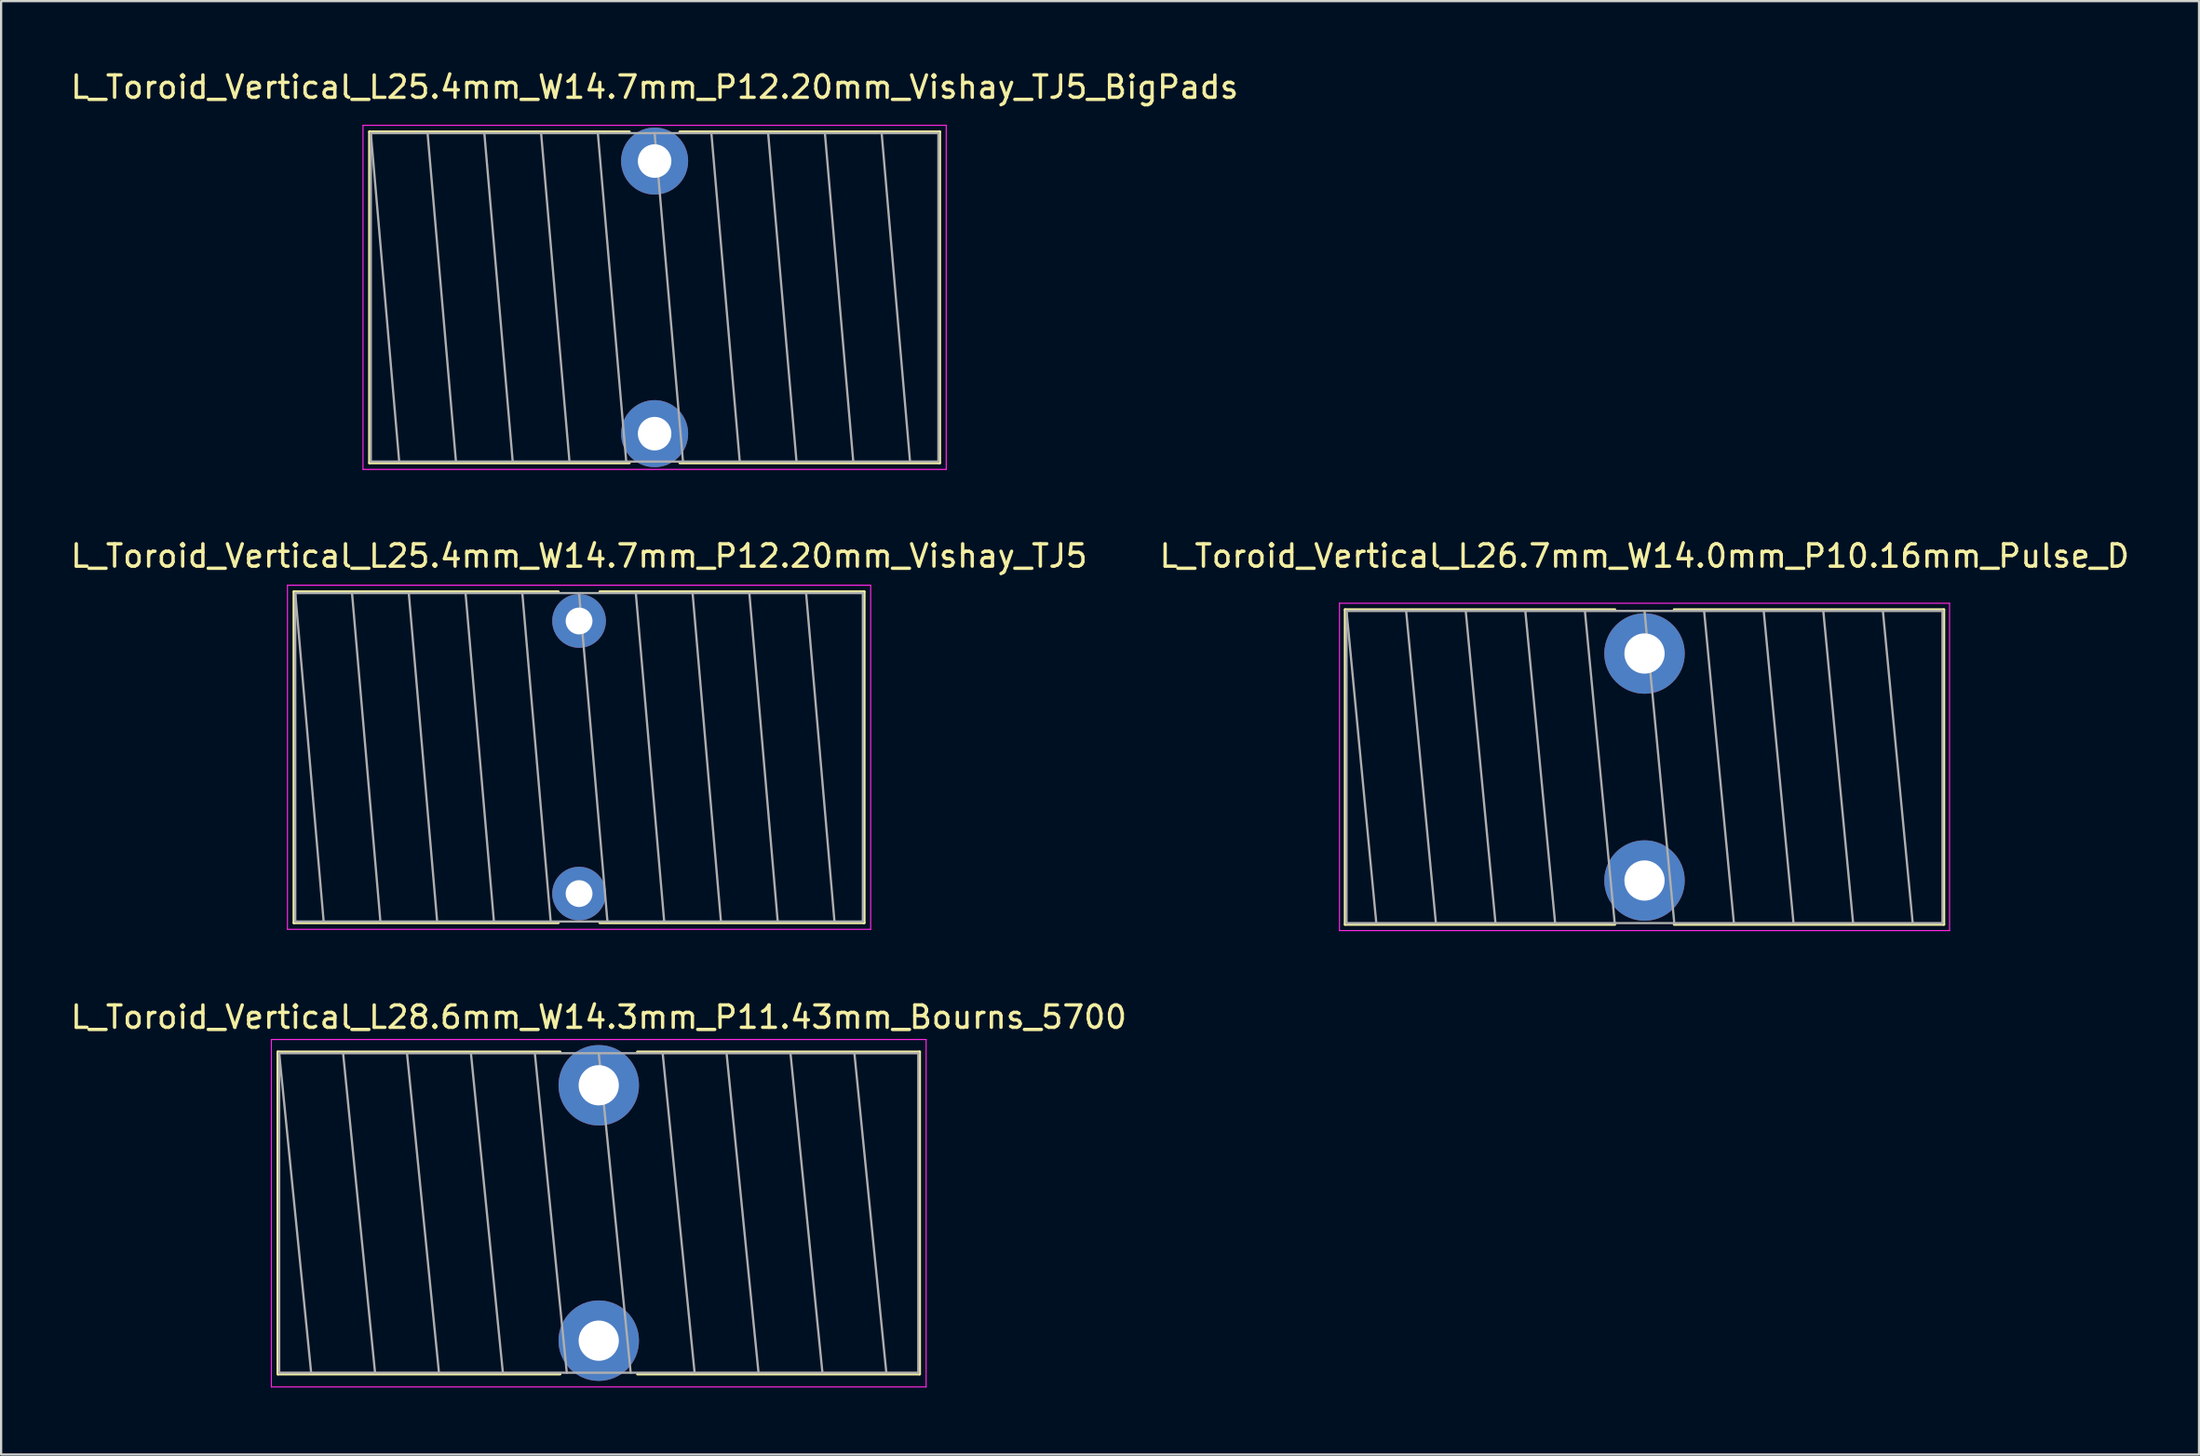
<source format=kicad_pcb>
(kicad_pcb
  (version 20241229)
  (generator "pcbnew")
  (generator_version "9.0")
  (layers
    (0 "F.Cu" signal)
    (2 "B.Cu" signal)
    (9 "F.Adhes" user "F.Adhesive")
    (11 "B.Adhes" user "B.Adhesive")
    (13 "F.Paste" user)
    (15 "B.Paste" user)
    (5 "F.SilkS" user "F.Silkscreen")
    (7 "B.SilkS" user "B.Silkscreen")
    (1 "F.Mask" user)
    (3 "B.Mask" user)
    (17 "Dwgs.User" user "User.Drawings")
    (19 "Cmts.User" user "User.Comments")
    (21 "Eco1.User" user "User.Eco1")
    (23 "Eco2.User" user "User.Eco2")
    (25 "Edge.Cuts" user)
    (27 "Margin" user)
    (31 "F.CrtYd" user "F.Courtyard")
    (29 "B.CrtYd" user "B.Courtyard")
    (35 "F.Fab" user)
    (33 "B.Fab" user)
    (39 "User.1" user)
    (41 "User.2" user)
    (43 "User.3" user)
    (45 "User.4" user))
  (footprint "L_Toroid_Vertical_L25.4mm_W14.7mm_P12.20mm_Vishay_TJ5_BigPads"
    (layer "F.Cu")
    (at 26.244 4.158)
    (property "Reference" "L_Toroid_Vertical_L25.4mm_W14.7mm_P12.20mm_Vishay_TJ5_BigPads" (at 0 -3.31 0) (layer "F.SilkS") (effects (font (size 1 1) (thickness 0.15))))
    (attr through_hole)
    (fp_line (start -12.76 -1.31) (end -12.76 13.51) (stroke (width 0.12) (type solid)) (layer "F.SilkS"))
    (fp_line (start -12.76 -1.31) (end -1.127 -1.31) (stroke (width 0.12) (type solid)) (layer "F.SilkS"))
    (fp_line (start -12.76 13.51) (end -1.127 13.51) (stroke (width 0.12) (type solid)) (layer "F.SilkS"))
    (fp_line (start 1.127 -1.31) (end 12.76 -1.31) (stroke (width 0.12) (type solid)) (layer "F.SilkS"))
    (fp_line (start 1.127 13.51) (end 12.76 13.51) (stroke (width 0.12) (type solid)) (layer "F.SilkS"))
    (fp_line (start 12.76 -1.31) (end 12.76 13.51) (stroke (width 0.12) (type solid)) (layer "F.SilkS"))
    (fp_line (start -13.05 -1.6) (end -13.05 13.8) (stroke (width 0.05) (type solid)) (layer "F.CrtYd"))
    (fp_line (start -13.05 13.8) (end 13.05 13.8) (stroke (width 0.05) (type solid)) (layer "F.CrtYd"))
    (fp_line (start 13.05 -1.6) (end -13.05 -1.6) (stroke (width 0.05) (type solid)) (layer "F.CrtYd"))
    (fp_line (start 13.05 13.8) (end 13.05 -1.6) (stroke (width 0.05) (type solid)) (layer "F.CrtYd"))
    (fp_line (start -12.7 -1.25) (end -12.7 13.45) (stroke (width 0.1) (type solid)) (layer "F.Fab"))
    (fp_line (start -12.7 -1.25) (end -11.43 13.45) (stroke (width 0.1) (type solid)) (layer "F.Fab"))
    (fp_line (start -12.7 13.45) (end 12.7 13.45) (stroke (width 0.1) (type solid)) (layer "F.Fab"))
    (fp_line (start -10.16 -1.25) (end -8.89 13.45) (stroke (width 0.1) (type solid)) (layer "F.Fab"))
    (fp_line (start -7.62 -1.25) (end -6.35 13.45) (stroke (width 0.1) (type solid)) (layer "F.Fab"))
    (fp_line (start -5.08 -1.25) (end -3.81 13.45) (stroke (width 0.1) (type solid)) (layer "F.Fab"))
    (fp_line (start -2.54 -1.25) (end -1.27 13.45) (stroke (width 0.1) (type solid)) (layer "F.Fab"))
    (fp_line (start 0 -1.25) (end 1.27 13.45) (stroke (width 0.1) (type solid)) (layer "F.Fab"))
    (fp_line (start 2.54 -1.25) (end 3.81 13.45) (stroke (width 0.1) (type solid)) (layer "F.Fab"))
    (fp_line (start 5.08 -1.25) (end 6.35 13.45) (stroke (width 0.1) (type solid)) (layer "F.Fab"))
    (fp_line (start 7.62 -1.25) (end 8.89 13.45) (stroke (width 0.1) (type solid)) (layer "F.Fab"))
    (fp_line (start 10.16 -1.25) (end 11.43 13.45) (stroke (width 0.1) (type solid)) (layer "F.Fab"))
    (fp_line (start 12.7 -1.25) (end -12.7 -1.25) (stroke (width 0.1) (type solid)) (layer "F.Fab"))
    (fp_line (start 12.7 13.45) (end 12.7 -1.25) (stroke (width 0.1) (type solid)) (layer "F.Fab"))
    (pad "1" thru_hole circle (at 0 0) (size 3 3) (drill 1.5) (layers "*.Cu" "*.Mask"))
    (pad "2" thru_hole circle (at 0 12.2) (size 3 3) (drill 1.5) (layers "*.Cu" "*.Mask")))
  (footprint "L_Toroid_Vertical_L26.7mm_W14.0mm_P10.16mm_Pulse_D"
    (layer "F.Cu")
    (at 70.542 26.197)
    (property "Reference" "L_Toroid_Vertical_L26.7mm_W14.0mm_P10.16mm_Pulse_D" (at 0 -4.365 0) (layer "F.SilkS") (effects (font (size 1 1) (thickness 0.15))))
    (attr through_hole)
    (fp_line (start -13.396 -1.965) (end -13.396 12.125) (stroke (width 0.12) (type solid)) (layer "F.SilkS"))
    (fp_line (start -13.396 -1.965) (end -1.325 -1.965) (stroke (width 0.12) (type solid)) (layer "F.SilkS"))
    (fp_line (start -13.396 12.125) (end -1.325 12.125) (stroke (width 0.12) (type solid)) (layer "F.SilkS"))
    (fp_line (start 1.325 -1.965) (end 13.396 -1.965) (stroke (width 0.12) (type solid)) (layer "F.SilkS"))
    (fp_line (start 1.325 12.125) (end 13.396 12.125) (stroke (width 0.12) (type solid)) (layer "F.SilkS"))
    (fp_line (start 13.396 -1.965) (end 13.396 12.125) (stroke (width 0.12) (type solid)) (layer "F.SilkS"))
    (fp_line (start -13.65 -2.25) (end -13.65 12.4) (stroke (width 0.05) (type solid)) (layer "F.CrtYd"))
    (fp_line (start -13.65 12.4) (end 13.65 12.4) (stroke (width 0.05) (type solid)) (layer "F.CrtYd"))
    (fp_line (start 13.65 -2.25) (end -13.65 -2.25) (stroke (width 0.05) (type solid)) (layer "F.CrtYd"))
    (fp_line (start 13.65 12.4) (end 13.65 -2.25) (stroke (width 0.05) (type solid)) (layer "F.CrtYd"))
    (fp_line (start -13.335 -1.905) (end -13.335 12.065) (stroke (width 0.1) (type solid)) (layer "F.Fab"))
    (fp_line (start -13.335 -1.905) (end -12.002 12.065) (stroke (width 0.1) (type solid)) (layer "F.Fab"))
    (fp_line (start -13.335 12.065) (end 13.335 12.065) (stroke (width 0.1) (type solid)) (layer "F.Fab"))
    (fp_line (start -10.668 -1.905) (end -9.335 12.065) (stroke (width 0.1) (type solid)) (layer "F.Fab"))
    (fp_line (start -8.001 -1.905) (end -6.668 12.065) (stroke (width 0.1) (type solid)) (layer "F.Fab"))
    (fp_line (start -5.334 -1.905) (end -4 12.065) (stroke (width 0.1) (type solid)) (layer "F.Fab"))
    (fp_line (start -2.667 -1.905) (end -1.333 12.065) (stroke (width 0.1) (type solid)) (layer "F.Fab"))
    (fp_line (start 0 -1.905) (end 1.333 12.065) (stroke (width 0.1) (type solid)) (layer "F.Fab"))
    (fp_line (start 2.667 -1.905) (end 4 12.065) (stroke (width 0.1) (type solid)) (layer "F.Fab"))
    (fp_line (start 5.334 -1.905) (end 6.668 12.065) (stroke (width 0.1) (type solid)) (layer "F.Fab"))
    (fp_line (start 8.001 -1.905) (end 9.335 12.065) (stroke (width 0.1) (type solid)) (layer "F.Fab"))
    (fp_line (start 10.668 -1.905) (end 12.002 12.065) (stroke (width 0.1) (type solid)) (layer "F.Fab"))
    (fp_line (start 13.335 -1.905) (end -13.335 -1.905) (stroke (width 0.1) (type solid)) (layer "F.Fab"))
    (fp_line (start 13.335 12.065) (end 13.335 -1.905) (stroke (width 0.1) (type solid)) (layer "F.Fab"))
    (pad "1" thru_hole circle (at 0 0) (size 3.6 3.6) (drill 1.8) (layers "*.Cu" "*.Mask"))
    (pad "2" thru_hole circle (at 0 10.16) (size 3.6 3.6) (drill 1.8) (layers "*.Cu" "*.Mask")))
  (footprint "L_Toroid_Vertical_L25.4mm_W14.7mm_P12.20mm_Vishay_TJ5"
    (layer "F.Cu")
    (at 22.863 24.741)
    (property "Reference" "L_Toroid_Vertical_L25.4mm_W14.7mm_P12.20mm_Vishay_TJ5" (at 0 -2.91 0) (layer "F.SilkS") (effects (font (size 1 1) (thickness 0.15))))
    (attr through_hole)
    (fp_line (start -12.76 -1.31) (end -12.76 13.51) (stroke (width 0.12) (type solid)) (layer "F.SilkS"))
    (fp_line (start -12.76 -1.31) (end -0.928 -1.31) (stroke (width 0.12) (type solid)) (layer "F.SilkS"))
    (fp_line (start -12.76 13.51) (end -0.928 13.51) (stroke (width 0.12) (type solid)) (layer "F.SilkS"))
    (fp_line (start 0.928 -1.31) (end 12.76 -1.31) (stroke (width 0.12) (type solid)) (layer "F.SilkS"))
    (fp_line (start 0.928 13.51) (end 12.76 13.51) (stroke (width 0.12) (type solid)) (layer "F.SilkS"))
    (fp_line (start 12.76 -1.31) (end 12.76 13.51) (stroke (width 0.12) (type solid)) (layer "F.SilkS"))
    (fp_line (start -13.05 -1.6) (end -13.05 13.8) (stroke (width 0.05) (type solid)) (layer "F.CrtYd"))
    (fp_line (start -13.05 13.8) (end 13.05 13.8) (stroke (width 0.05) (type solid)) (layer "F.CrtYd"))
    (fp_line (start 13.05 -1.6) (end -13.05 -1.6) (stroke (width 0.05) (type solid)) (layer "F.CrtYd"))
    (fp_line (start 13.05 13.8) (end 13.05 -1.6) (stroke (width 0.05) (type solid)) (layer "F.CrtYd"))
    (fp_line (start -12.7 -1.25) (end -12.7 13.45) (stroke (width 0.1) (type solid)) (layer "F.Fab"))
    (fp_line (start -12.7 -1.25) (end -11.43 13.45) (stroke (width 0.1) (type solid)) (layer "F.Fab"))
    (fp_line (start -12.7 13.45) (end 12.7 13.45) (stroke (width 0.1) (type solid)) (layer "F.Fab"))
    (fp_line (start -10.16 -1.25) (end -8.89 13.45) (stroke (width 0.1) (type solid)) (layer "F.Fab"))
    (fp_line (start -7.62 -1.25) (end -6.35 13.45) (stroke (width 0.1) (type solid)) (layer "F.Fab"))
    (fp_line (start -5.08 -1.25) (end -3.81 13.45) (stroke (width 0.1) (type solid)) (layer "F.Fab"))
    (fp_line (start -2.54 -1.25) (end -1.27 13.45) (stroke (width 0.1) (type solid)) (layer "F.Fab"))
    (fp_line (start 0 -1.25) (end 1.27 13.45) (stroke (width 0.1) (type solid)) (layer "F.Fab"))
    (fp_line (start 2.54 -1.25) (end 3.81 13.45) (stroke (width 0.1) (type solid)) (layer "F.Fab"))
    (fp_line (start 5.08 -1.25) (end 6.35 13.45) (stroke (width 0.1) (type solid)) (layer "F.Fab"))
    (fp_line (start 7.62 -1.25) (end 8.89 13.45) (stroke (width 0.1) (type solid)) (layer "F.Fab"))
    (fp_line (start 10.16 -1.25) (end 11.43 13.45) (stroke (width 0.1) (type solid)) (layer "F.Fab"))
    (fp_line (start 12.7 -1.25) (end -12.7 -1.25) (stroke (width 0.1) (type solid)) (layer "F.Fab"))
    (fp_line (start 12.7 13.45) (end 12.7 -1.25) (stroke (width 0.1) (type solid)) (layer "F.Fab"))
    (pad "1" thru_hole circle (at 0 0) (size 2.4 2.4) (drill 1.2) (layers "*.Cu" "*.Mask"))
    (pad "2" thru_hole circle (at 0 12.2) (size 2.4 2.4) (drill 1.2) (layers "*.Cu" "*.Mask")))
  (footprint "L_Toroid_Vertical_L28.6mm_W14.3mm_P11.43mm_Bourns_5700"
    (layer "F.Cu")
    (at 23.744 45.52)
    (property "Reference" "L_Toroid_Vertical_L28.6mm_W14.3mm_P11.43mm_Bourns_5700" (at 0 -3.05 0) (layer "F.SilkS") (effects (font (size 1 1) (thickness 0.15))))
    (attr through_hole)
    (fp_line (start -14.36 -1.495) (end -14.36 12.925) (stroke (width 0.12) (type solid)) (layer "F.SilkS"))
    (fp_line (start -14.36 -1.495) (end -1.73 -1.495) (stroke (width 0.12) (type solid)) (layer "F.SilkS"))
    (fp_line (start -14.36 12.925) (end -1.73 12.925) (stroke (width 0.12) (type solid)) (layer "F.SilkS"))
    (fp_line (start 1.73 -1.495) (end 14.36 -1.495) (stroke (width 0.12) (type solid)) (layer "F.SilkS"))
    (fp_line (start 1.73 12.925) (end 14.36 12.925) (stroke (width 0.12) (type solid)) (layer "F.SilkS"))
    (fp_line (start 14.36 -1.495) (end 14.36 12.925) (stroke (width 0.12) (type solid)) (layer "F.SilkS"))
    (fp_line (start -14.65 -2.05) (end -14.65 13.5) (stroke (width 0.05) (type solid)) (layer "F.CrtYd"))
    (fp_line (start -14.65 13.5) (end 14.65 13.5) (stroke (width 0.05) (type solid)) (layer "F.CrtYd"))
    (fp_line (start 14.65 -2.05) (end -14.65 -2.05) (stroke (width 0.05) (type solid)) (layer "F.CrtYd"))
    (fp_line (start 14.65 13.5) (end 14.65 -2.05) (stroke (width 0.05) (type solid)) (layer "F.CrtYd"))
    (fp_line (start -14.3 -1.435) (end -14.3 12.865) (stroke (width 0.1) (type solid)) (layer "F.Fab"))
    (fp_line (start -14.3 -1.435) (end -12.87 12.865) (stroke (width 0.1) (type solid)) (layer "F.Fab"))
    (fp_line (start -14.3 12.865) (end 14.3 12.865) (stroke (width 0.1) (type solid)) (layer "F.Fab"))
    (fp_line (start -11.44 -1.435) (end -10.01 12.865) (stroke (width 0.1) (type solid)) (layer "F.Fab"))
    (fp_line (start -8.58 -1.435) (end -7.15 12.865) (stroke (width 0.1) (type solid)) (layer "F.Fab"))
    (fp_line (start -5.72 -1.435) (end -4.29 12.865) (stroke (width 0.1) (type solid)) (layer "F.Fab"))
    (fp_line (start -2.86 -1.435) (end -1.43 12.865) (stroke (width 0.1) (type solid)) (layer "F.Fab"))
    (fp_line (start 0 -1.435) (end 1.43 12.865) (stroke (width 0.1) (type solid)) (layer "F.Fab"))
    (fp_line (start 2.86 -1.435) (end 4.29 12.865) (stroke (width 0.1) (type solid)) (layer "F.Fab"))
    (fp_line (start 5.72 -1.435) (end 7.15 12.865) (stroke (width 0.1) (type solid)) (layer "F.Fab"))
    (fp_line (start 8.58 -1.435) (end 10.01 12.865) (stroke (width 0.1) (type solid)) (layer "F.Fab"))
    (fp_line (start 11.44 -1.435) (end 12.87 12.865) (stroke (width 0.1) (type solid)) (layer "F.Fab"))
    (fp_line (start 14.3 -1.435) (end -14.3 -1.435) (stroke (width 0.1) (type solid)) (layer "F.Fab"))
    (fp_line (start 14.3 12.865) (end 14.3 -1.435) (stroke (width 0.1) (type solid)) (layer "F.Fab"))
    (pad "1" thru_hole circle (at 0 0) (size 3.6 3.6) (drill 1.8) (layers "*.Cu" "*.Mask"))
    (pad "2" thru_hole circle (at 0 11.43) (size 3.6 3.6) (drill 1.8) (layers "*.Cu" "*.Mask")))
  (gr_rect
    (start -3 -3)
    (end 95.357 62.045)
    (stroke (width 0.1) (type default))
    (fill no)
    (layer "Edge.Cuts")))
</source>
